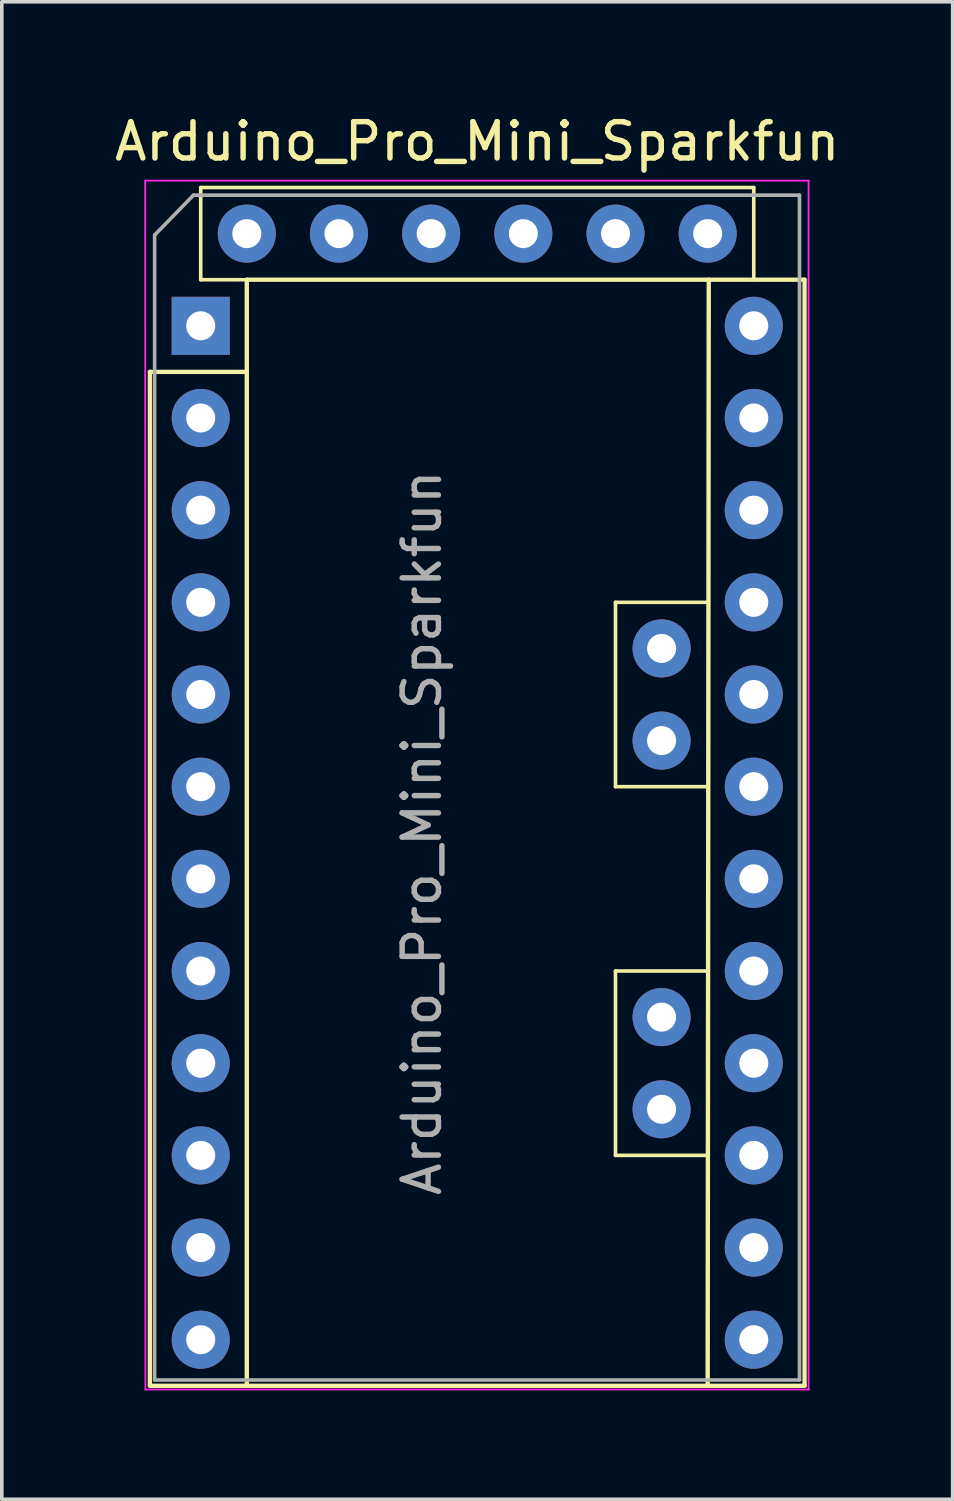
<source format=kicad_pcb>
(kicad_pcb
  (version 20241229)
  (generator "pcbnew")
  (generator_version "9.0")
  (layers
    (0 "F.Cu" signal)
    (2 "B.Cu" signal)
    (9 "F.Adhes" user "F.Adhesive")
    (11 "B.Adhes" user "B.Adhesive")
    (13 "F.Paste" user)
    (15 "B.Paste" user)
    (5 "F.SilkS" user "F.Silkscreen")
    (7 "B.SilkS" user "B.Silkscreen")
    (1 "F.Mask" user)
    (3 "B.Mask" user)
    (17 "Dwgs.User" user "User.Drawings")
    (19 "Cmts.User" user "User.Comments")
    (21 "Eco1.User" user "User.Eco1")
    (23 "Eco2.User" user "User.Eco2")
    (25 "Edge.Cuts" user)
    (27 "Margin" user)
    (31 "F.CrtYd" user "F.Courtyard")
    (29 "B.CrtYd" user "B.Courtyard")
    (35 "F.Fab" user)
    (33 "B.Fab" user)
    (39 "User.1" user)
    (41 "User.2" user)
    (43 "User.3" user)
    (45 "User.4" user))
  (footprint "Arduino_Pro_Mini_Sparkfun"
    (layer "F.Cu")
    (at 2.481 5.928)
    (property "Reference" "Arduino_Pro_Mini_Sparkfun" (at 7.62 -5.08 0) (layer "F.SilkS") (effects (font (size 1 1) (thickness 0.15))))
    (attr through_hole)
    (fp_line (start -1.4 1.27) (end -1.4 29.21) (stroke (width 0.12) (type solid)) (layer "F.SilkS"))
    (fp_line (start -1.4 29.21) (end 16.64 29.21) (stroke (width 0.12) (type solid)) (layer "F.SilkS"))
    (fp_line (start 0 -3.81) (end 0 -1.27) (stroke (width 0.1) (type solid)) (layer "F.SilkS"))
    (fp_line (start 0 -1.27) (end 1.27 -1.27) (stroke (width 0.1) (type solid)) (layer "F.SilkS"))
    (fp_line (start 1.27 -1.27) (end 1.27 29.21) (stroke (width 0.12) (type solid)) (layer "F.SilkS"))
    (fp_line (start 1.27 1.27) (end -1.4 1.27) (stroke (width 0.12) (type solid)) (layer "F.SilkS"))
    (fp_line (start 11.43 7.62) (end 13.97 7.62) (stroke (width 0.1) (type solid)) (layer "F.SilkS"))
    (fp_line (start 11.43 12.7) (end 11.43 7.62) (stroke (width 0.1) (type solid)) (layer "F.SilkS"))
    (fp_line (start 11.43 17.78) (end 13.97 17.78) (stroke (width 0.1) (type solid)) (layer "F.SilkS"))
    (fp_line (start 11.43 22.86) (end 11.43 17.78) (stroke (width 0.1) (type solid)) (layer "F.SilkS"))
    (fp_line (start 13.97 12.7) (end 11.43 12.7) (stroke (width 0.1) (type solid)) (layer "F.SilkS"))
    (fp_line (start 13.97 22.86) (end 11.43 22.86) (stroke (width 0.1) (type solid)) (layer "F.SilkS"))
    (fp_line (start 14 -1.27) (end 13.97 29.21) (stroke (width 0.12) (type solid)) (layer "F.SilkS"))
    (fp_line (start 15.24 -3.81) (end 0 -3.81) (stroke (width 0.1) (type solid)) (layer "F.SilkS"))
    (fp_line (start 15.24 -1.27) (end 15.24 -3.81) (stroke (width 0.1) (type solid)) (layer "F.SilkS"))
    (fp_line (start 16.64 -1.27) (end 1.27 -1.27) (stroke (width 0.12) (type solid)) (layer "F.SilkS"))
    (fp_line (start 16.64 29.21) (end 16.64 -1.27) (stroke (width 0.12) (type solid)) (layer "F.SilkS"))
    (fp_line (start -1.53 -4) (end -1.524 29.312) (stroke (width 0.05) (type solid)) (layer "F.CrtYd"))
    (fp_line (start -1.53 -4) (end 16.75 -4) (stroke (width 0.05) (type solid)) (layer "F.CrtYd"))
    (fp_line (start 16.75 29.312) (end 16.75 -4) (stroke (width 0.05) (type solid)) (layer "F.CrtYd"))
    (fp_line (start 16.764 29.312) (end -1.524 29.312) (stroke (width 0.05) (type solid)) (layer "F.CrtYd"))
    (fp_line (start -1.27 29.05) (end -1.27 -2.5) (stroke (width 0.1) (type solid)) (layer "F.Fab"))
    (fp_line (start -0.2 -3.6) (end -1.27 -2.5) (stroke (width 0.1) (type solid)) (layer "F.Fab"))
    (fp_line (start -0.2 -3.6) (end 16.5 -3.6) (stroke (width 0.1) (type solid)) (layer "F.Fab"))
    (fp_line (start 16.5 -3.6) (end 16.5 29.05) (stroke (width 0.1) (type solid)) (layer "F.Fab"))
    (fp_line (start 16.5 29.05) (end -1.27 29.05) (stroke (width 0.1) (type solid)) (layer "F.Fab"))
    (fp_text user "${REFERENCE}" (at 6.096 13.97 90) (layer "F.Fab") (effects (font (size 1 1) (thickness 0.15))))
    (pad "1" thru_hole rect (at 0 0) (size 1.6 1.6) (drill 0.8) (layers "*.Cu" "*.Mask"))
    (pad "1" thru_hole oval (at 11.43 -2.54) (size 1.6 1.6) (drill 0.8) (layers "*.Cu" "*.Mask"))
    (pad "2" thru_hole oval (at 0 2.54) (size 1.6 1.6) (drill 0.8) (layers "*.Cu" "*.Mask"))
    (pad "2" thru_hole oval (at 8.89 -2.54) (size 1.6 1.6) (drill 0.8) (layers "*.Cu" "*.Mask"))
    (pad "3" thru_hole oval (at 0 5.08) (size 1.6 1.6) (drill 0.8) (layers "*.Cu" "*.Mask"))
    (pad "4" thru_hole oval (at 0 7.62) (size 1.6 1.6) (drill 0.8) (layers "*.Cu" "*.Mask"))
    (pad "5" thru_hole oval (at 0 10.16) (size 1.6 1.6) (drill 0.8) (layers "*.Cu" "*.Mask"))
    (pad "6" thru_hole oval (at 0 12.7) (size 1.6 1.6) (drill 0.8) (layers "*.Cu" "*.Mask"))
    (pad "7" thru_hole oval (at 0 15.24) (size 1.6 1.6) (drill 0.8) (layers "*.Cu" "*.Mask"))
    (pad "8" thru_hole oval (at 0 17.78) (size 1.6 1.6) (drill 0.8) (layers "*.Cu" "*.Mask"))
    (pad "9" thru_hole oval (at 0 20.32) (size 1.6 1.6) (drill 0.8) (layers "*.Cu" "*.Mask"))
    (pad "10" thru_hole oval (at 0 22.86) (size 1.6 1.6) (drill 0.8) (layers "*.Cu" "*.Mask"))
    (pad "11" thru_hole oval (at 0 25.4) (size 1.6 1.6) (drill 0.8) (layers "*.Cu" "*.Mask"))
    (pad "12" thru_hole oval (at 0 27.94) (size 1.6 1.6) (drill 0.8) (layers "*.Cu" "*.Mask"))
    (pad "13" thru_hole oval (at 15.24 27.94) (size 1.6 1.6) (drill 0.8) (layers "*.Cu" "*.Mask"))
    (pad "14" thru_hole oval (at 15.24 25.4) (size 1.6 1.6) (drill 0.8) (layers "*.Cu" "*.Mask"))
    (pad "15" thru_hole oval (at 15.24 22.86) (size 1.6 1.6) (drill 0.8) (layers "*.Cu" "*.Mask"))
    (pad "16" thru_hole oval (at 15.24 20.32) (size 1.6 1.6) (drill 0.8) (layers "*.Cu" "*.Mask"))
    (pad "17" thru_hole oval (at 15.24 17.78) (size 1.6 1.6) (drill 0.8) (layers "*.Cu" "*.Mask"))
    (pad "18" thru_hole oval (at 15.24 15.24) (size 1.6 1.6) (drill 0.8) (layers "*.Cu" "*.Mask"))
    (pad "19" thru_hole oval (at 15.24 12.7) (size 1.6 1.6) (drill 0.8) (layers "*.Cu" "*.Mask"))
    (pad "20" thru_hole oval (at 15.24 10.16) (size 1.6 1.6) (drill 0.8) (layers "*.Cu" "*.Mask"))
    (pad "21" thru_hole oval (at 15.24 7.62) (size 1.6 1.6) (drill 0.8) (layers "*.Cu" "*.Mask"))
    (pad "22" thru_hole oval (at 15.24 5.08) (size 1.6 1.6) (drill 0.8) (layers "*.Cu" "*.Mask"))
    (pad "23" thru_hole oval (at 15.24 2.54) (size 1.6 1.6) (drill 0.8) (layers "*.Cu" "*.Mask"))
    (pad "24" thru_hole oval (at 15.24 0) (size 1.6 1.6) (drill 0.8) (layers "*.Cu" "*.Mask"))
    (pad "25" thru_hole oval (at 13.97 -2.54) (size 1.6 1.6) (drill 0.8) (layers "*.Cu" "*.Mask"))
    (pad "28" thru_hole oval (at 6.35 -2.54) (size 1.6 1.6) (drill 0.8) (layers "*.Cu" "*.Mask"))
    (pad "29" thru_hole oval (at 3.81 -2.54) (size 1.6 1.6) (drill 0.8) (layers "*.Cu" "*.Mask"))
    (pad "30" thru_hole oval (at 1.27 -2.54) (size 1.6 1.6) (drill 0.8) (layers "*.Cu" "*.Mask"))
    (pad "31" thru_hole oval (at 12.7 8.89) (size 1.6 1.6) (drill 0.8) (layers "*.Cu" "*.Mask"))
    (pad "32" thru_hole oval (at 12.7 11.43) (size 1.6 1.6) (drill 0.8) (layers "*.Cu" "*.Mask"))
    (pad "33" thru_hole oval (at 12.7 19.05) (size 1.6 1.6) (drill 0.8) (layers "*.Cu" "*.Mask"))
    (pad "34" thru_hole oval (at 12.7 21.59) (size 1.6 1.6) (drill 0.8) (layers "*.Cu" "*.Mask")))
  (gr_rect
    (start -3 -3)
    (end 23.202 38.265)
    (stroke (width 0.1) (type default))
    (fill no)
    (layer "Edge.Cuts")))
</source>
